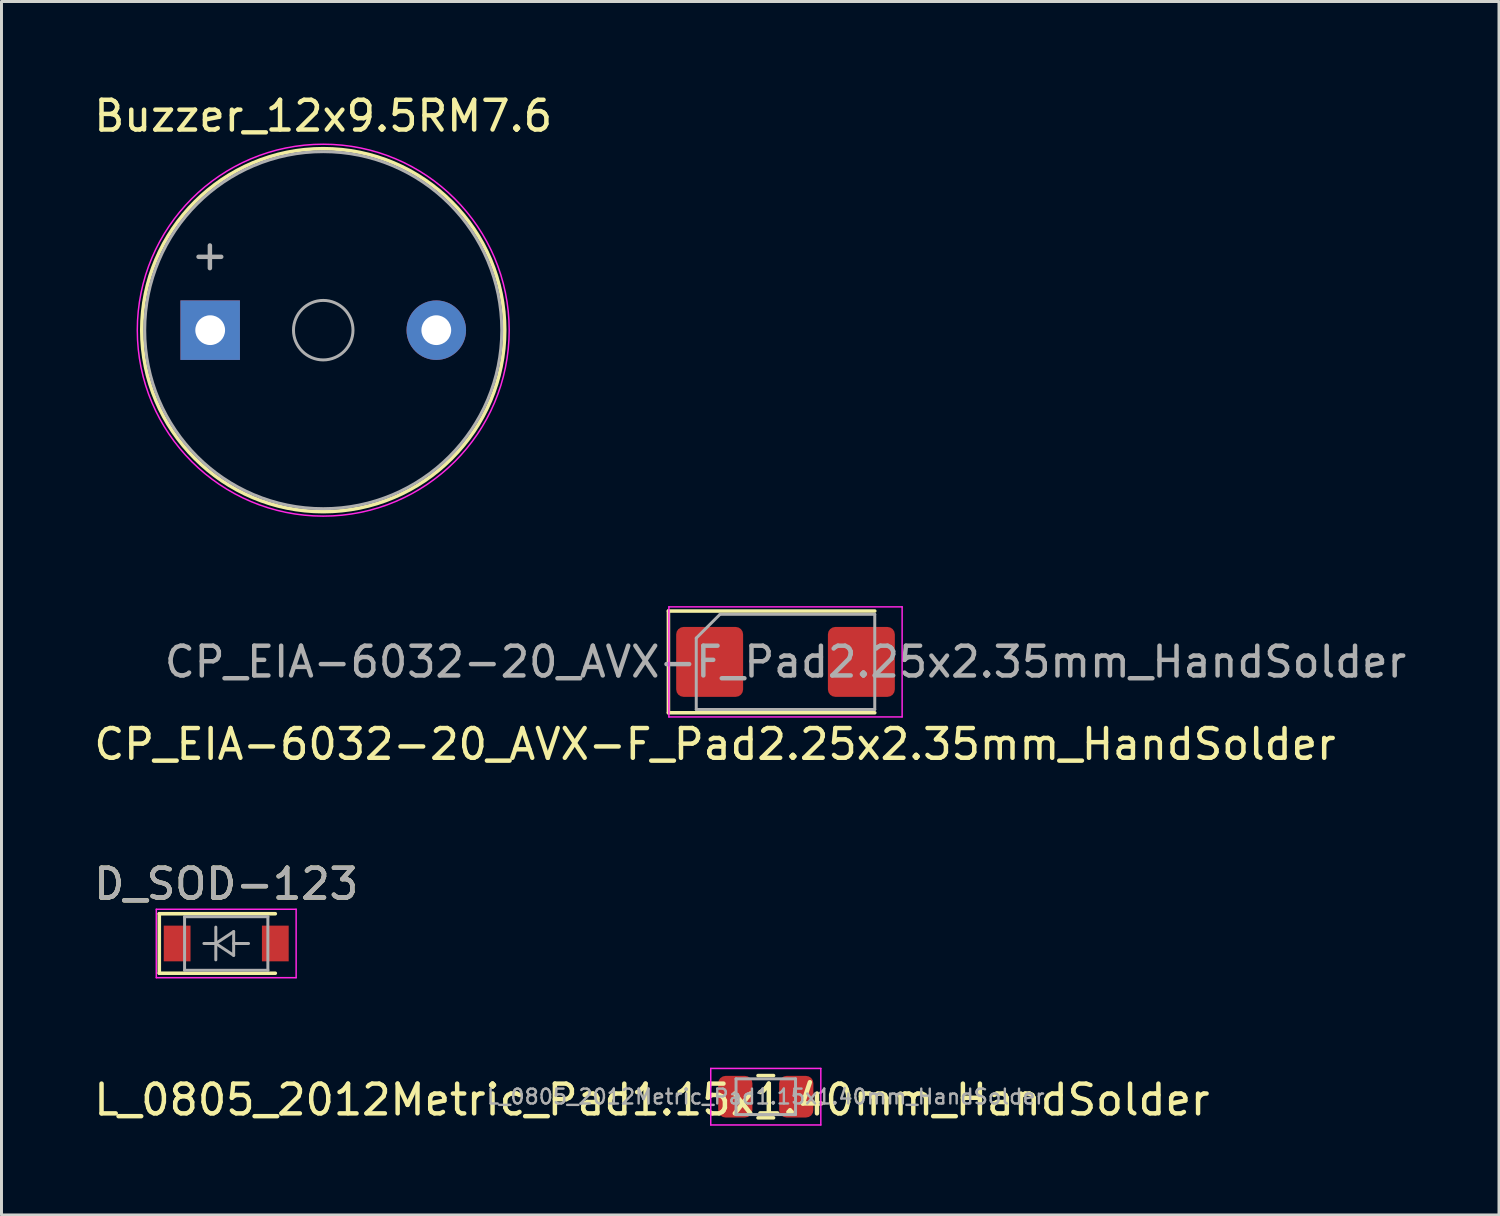
<source format=kicad_pcb>
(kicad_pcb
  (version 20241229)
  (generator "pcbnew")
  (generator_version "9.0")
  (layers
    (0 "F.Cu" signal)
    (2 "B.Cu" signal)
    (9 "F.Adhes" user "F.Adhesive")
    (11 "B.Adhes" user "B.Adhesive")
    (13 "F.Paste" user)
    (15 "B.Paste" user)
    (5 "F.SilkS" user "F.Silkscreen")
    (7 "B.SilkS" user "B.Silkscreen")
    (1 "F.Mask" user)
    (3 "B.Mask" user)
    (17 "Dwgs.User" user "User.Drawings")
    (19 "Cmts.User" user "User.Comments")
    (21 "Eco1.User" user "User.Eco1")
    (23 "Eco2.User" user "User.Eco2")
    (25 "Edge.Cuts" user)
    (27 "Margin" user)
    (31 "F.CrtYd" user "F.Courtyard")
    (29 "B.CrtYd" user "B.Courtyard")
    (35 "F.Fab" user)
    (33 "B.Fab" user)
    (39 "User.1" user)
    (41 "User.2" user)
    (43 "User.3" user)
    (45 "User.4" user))
  (footprint "Buzzer_12x9.5RM7.6"
    (layer "F.Cu")
    (at 4.015 8.048)
    (property "Reference" "Buzzer_12x9.5RM7.6" (at 3.8 -7.2 0) (layer "F.SilkS") (effects (font (size 1 1) (thickness 0.15))))
    (attr through_hole)
    (fp_circle (center 3.8 0) (end 9.9 0) (stroke (width 0.12) (type solid)) (fill no) (layer "F.SilkS"))
    (fp_circle (center 3.8 0) (end 10.05 0) (stroke (width 0.05) (type solid)) (fill no) (layer "F.CrtYd"))
    (fp_circle (center 3.8 0) (end 4.8 0) (stroke (width 0.1) (type solid)) (fill no) (layer "F.Fab"))
    (fp_circle (center 3.8 0) (end 9.8 0) (stroke (width 0.1) (type solid)) (fill no) (layer "F.Fab"))
    (fp_text user "+" (at -0.01 -2.54 0) (layer "F.Fab") (effects (font (size 1 1) (thickness 0.15))))
    (pad "1" thru_hole rect (at 0 0) (size 2 2) (drill 1) (layers "*.Cu" "*.Mask"))
    (pad "2" thru_hole circle (at 7.6 0) (size 2 2) (drill 1) (layers "*.Cu" "*.Mask")))
  (footprint "L_0805_2012Metric_Pad1.15x1.40mm_HandSolder"
    (layer "F.Cu")
    (at 22.69 33.813)
    (property "Reference" "L_0805_2012Metric_Pad1.15x1.40mm_HandSolder" (at -3.827 0.105 180) (layer "F.SilkS") (effects (font (size 1 1) (thickness 0.15))))
    (attr smd)
    (fp_line (start -0.261 -0.71) (end 0.261 -0.71) (stroke (width 0.12) (type solid)) (layer "F.SilkS"))
    (fp_line (start -0.261 0.71) (end 0.261 0.71) (stroke (width 0.12) (type solid)) (layer "F.SilkS"))
    (fp_line (start -1.85 -0.95) (end 1.85 -0.95) (stroke (width 0.05) (type solid)) (layer "F.CrtYd"))
    (fp_line (start -1.85 0.95) (end -1.85 -0.95) (stroke (width 0.05) (type solid)) (layer "F.CrtYd"))
    (fp_line (start 1.85 -0.95) (end 1.85 0.95) (stroke (width 0.05) (type solid)) (layer "F.CrtYd"))
    (fp_line (start 1.85 0.95) (end -1.85 0.95) (stroke (width 0.05) (type solid)) (layer "F.CrtYd"))
    (fp_line (start -1 -0.6) (end 1 -0.6) (stroke (width 0.1) (type solid)) (layer "F.Fab"))
    (fp_line (start -1 0.6) (end -1 -0.6) (stroke (width 0.1) (type solid)) (layer "F.Fab"))
    (fp_line (start 1 -0.6) (end 1 0.6) (stroke (width 0.1) (type solid)) (layer "F.Fab"))
    (fp_line (start 1 0.6) (end -1 0.6) (stroke (width 0.1) (type solid)) (layer "F.Fab"))
    (fp_text user "${REFERENCE}" (at 0 0 180) (layer "F.Fab") (effects (font (size 0.5 0.5) (thickness 0.08))))
    (pad "1" smd roundrect (at -1.025 0) (size 1.15 1.4) (layers "F.Cu" "F.Mask" "F.Paste") (roundrect_rratio 0.217))
    (pad "2" smd roundrect (at 1.025 0) (size 1.15 1.4) (layers "F.Cu" "F.Mask" "F.Paste") (roundrect_rratio 0.217)))
  (footprint "D_SOD-123"
    (layer "F.Cu")
    (at 4.554 28.663)
    (property "Reference" "D_SOD-123" (at 0 -2 180) (layer "F.SilkS") (effects (font (size 1 1) (thickness 0.15))))
    (attr smd)
    (fp_line (start -2.25 -1) (end -2.25 1) (stroke (width 0.12) (type solid)) (layer "F.SilkS"))
    (fp_line (start -2.25 -1) (end 1.65 -1) (stroke (width 0.12) (type solid)) (layer "F.SilkS"))
    (fp_line (start -2.25 1) (end 1.65 1) (stroke (width 0.12) (type solid)) (layer "F.SilkS"))
    (fp_line (start -2.35 -1.15) (end -2.35 1.15) (stroke (width 0.05) (type solid)) (layer "F.CrtYd"))
    (fp_line (start -2.35 -1.15) (end 2.35 -1.15) (stroke (width 0.05) (type solid)) (layer "F.CrtYd"))
    (fp_line (start 2.35 -1.15) (end 2.35 1.15) (stroke (width 0.05) (type solid)) (layer "F.CrtYd"))
    (fp_line (start 2.35 1.15) (end -2.35 1.15) (stroke (width 0.05) (type solid)) (layer "F.CrtYd"))
    (fp_line (start -1.4 -0.9) (end 1.4 -0.9) (stroke (width 0.1) (type solid)) (layer "F.Fab"))
    (fp_line (start -1.4 0.9) (end -1.4 -0.9) (stroke (width 0.1) (type solid)) (layer "F.Fab"))
    (fp_line (start -0.75 0) (end -0.35 0) (stroke (width 0.1) (type solid)) (layer "F.Fab"))
    (fp_line (start -0.35 0) (end -0.35 -0.55) (stroke (width 0.1) (type solid)) (layer "F.Fab"))
    (fp_line (start -0.35 0) (end -0.35 0.55) (stroke (width 0.1) (type solid)) (layer "F.Fab"))
    (fp_line (start -0.35 0) (end 0.25 -0.4) (stroke (width 0.1) (type solid)) (layer "F.Fab"))
    (fp_line (start 0.25 -0.4) (end 0.25 0.4) (stroke (width 0.1) (type solid)) (layer "F.Fab"))
    (fp_line (start 0.25 0) (end 0.75 0) (stroke (width 0.1) (type solid)) (layer "F.Fab"))
    (fp_line (start 0.25 0.4) (end -0.35 0) (stroke (width 0.1) (type solid)) (layer "F.Fab"))
    (fp_line (start 1.4 -0.9) (end 1.4 0.9) (stroke (width 0.1) (type solid)) (layer "F.Fab"))
    (fp_line (start 1.4 0.9) (end -1.4 0.9) (stroke (width 0.1) (type solid)) (layer "F.Fab"))
    (fp_text user "${REFERENCE}" (at 0 -2 180) (layer "F.Fab") (effects (font (size 1 1) (thickness 0.15))))
    (pad "1" smd rect (at -1.65 0) (size 0.9 1.2) (layers "F.Cu" "F.Mask" "F.Paste"))
    (pad "2" smd rect (at 1.65 0) (size 0.9 1.2) (layers "F.Cu" "F.Mask" "F.Paste")))
  (footprint "CP_EIA-6032-20_AVX-F_Pad2.25x2.35mm_HandSolder"
    (layer "F.Cu")
    (at 23.353 19.198)
    (property "Reference" "CP_EIA-6032-20_AVX-F_Pad2.25x2.35mm_HandSolder" (at -2.37 2.768 0) (layer "F.SilkS") (effects (font (size 1 1) (thickness 0.15))))
    (attr smd)
    (fp_line (start -3.935 -1.71) (end -3.935 1.71) (stroke (width 0.12) (type solid)) (layer "F.SilkS"))
    (fp_line (start -3.935 1.71) (end 3 1.71) (stroke (width 0.12) (type solid)) (layer "F.SilkS"))
    (fp_line (start 3 -1.71) (end -3.935 -1.71) (stroke (width 0.12) (type solid)) (layer "F.SilkS"))
    (fp_line (start -3.92 -1.85) (end 3.92 -1.85) (stroke (width 0.05) (type solid)) (layer "F.CrtYd"))
    (fp_line (start -3.92 1.85) (end -3.92 -1.85) (stroke (width 0.05) (type solid)) (layer "F.CrtYd"))
    (fp_line (start 3.92 -1.85) (end 3.92 1.85) (stroke (width 0.05) (type solid)) (layer "F.CrtYd"))
    (fp_line (start 3.92 1.85) (end -3.92 1.85) (stroke (width 0.05) (type solid)) (layer "F.CrtYd"))
    (fp_line (start -3 -0.8) (end -3 1.6) (stroke (width 0.1) (type solid)) (layer "F.Fab"))
    (fp_line (start -3 1.6) (end 3 1.6) (stroke (width 0.1) (type solid)) (layer "F.Fab"))
    (fp_line (start -2.2 -1.6) (end -3 -0.8) (stroke (width 0.1) (type solid)) (layer "F.Fab"))
    (fp_line (start 3 -1.6) (end -2.2 -1.6) (stroke (width 0.1) (type solid)) (layer "F.Fab"))
    (fp_line (start 3 1.6) (end 3 -1.6) (stroke (width 0.1) (type solid)) (layer "F.Fab"))
    (fp_text user "${REFERENCE}" (at 0 0 0) (layer "F.Fab") (effects (font (size 1 1) (thickness 0.15))))
    (pad "1" smd roundrect (at -2.55 0) (size 2.25 2.35) (layers "F.Cu" "F.Mask" "F.Paste") (roundrect_rratio 0.111))
    (pad "2" smd roundrect (at 2.55 0) (size 2.25 2.35) (layers "F.Cu" "F.Mask" "F.Paste") (roundrect_rratio 0.111)))
  (gr_rect
    (start -3 -3)
    (end 47.335 37.788)
    (stroke (width 0.1) (type default))
    (fill no)
    (layer "Edge.Cuts")))
</source>
